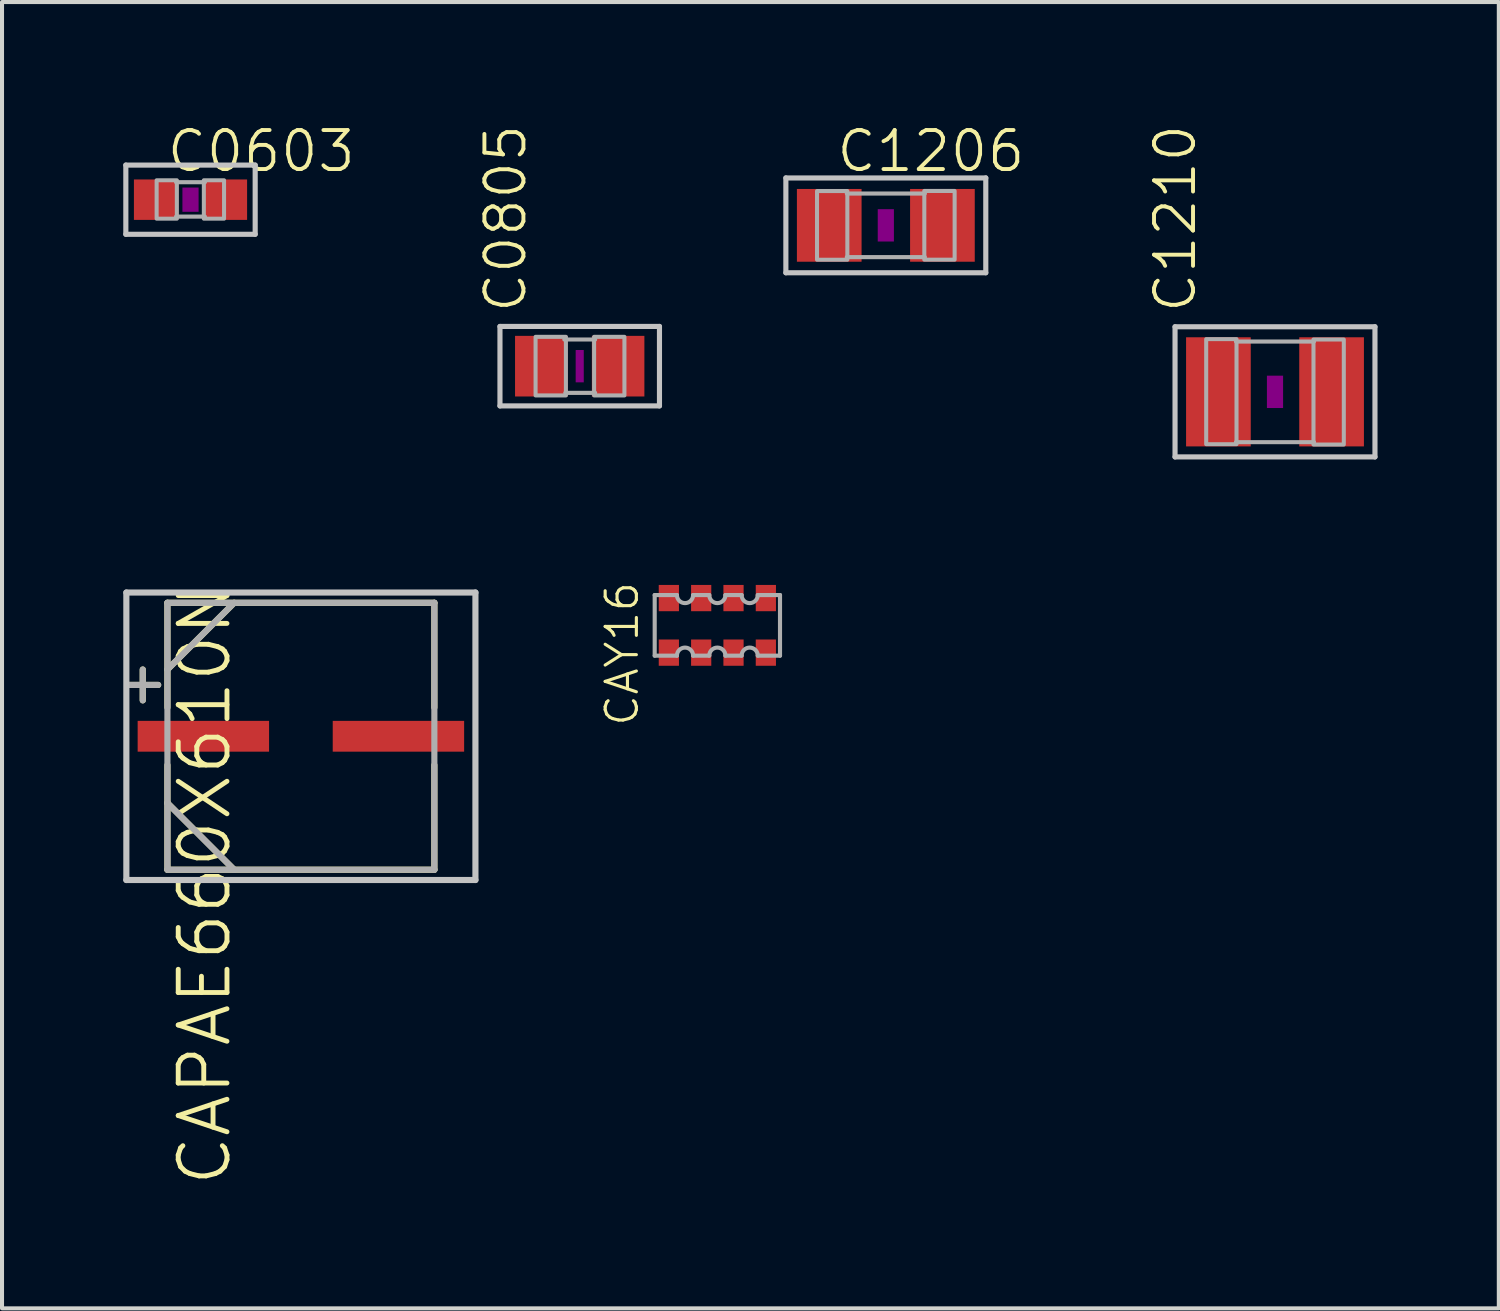
<source format=kicad_pcb>
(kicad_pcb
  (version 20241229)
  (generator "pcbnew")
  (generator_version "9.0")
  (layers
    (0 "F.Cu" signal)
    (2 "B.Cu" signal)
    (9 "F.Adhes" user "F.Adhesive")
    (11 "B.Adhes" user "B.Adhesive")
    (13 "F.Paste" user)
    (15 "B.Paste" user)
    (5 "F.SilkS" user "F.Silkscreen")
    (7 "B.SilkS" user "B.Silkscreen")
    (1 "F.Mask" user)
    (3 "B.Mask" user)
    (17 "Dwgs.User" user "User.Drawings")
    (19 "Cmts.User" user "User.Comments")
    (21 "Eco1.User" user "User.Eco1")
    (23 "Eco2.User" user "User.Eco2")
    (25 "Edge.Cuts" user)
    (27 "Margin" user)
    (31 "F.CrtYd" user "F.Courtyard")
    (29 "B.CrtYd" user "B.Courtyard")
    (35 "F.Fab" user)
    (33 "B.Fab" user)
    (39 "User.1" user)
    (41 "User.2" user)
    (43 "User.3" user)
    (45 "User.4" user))
  (footprint "C1206"
    (layer "F.Cu")
    (at 18.865 2.525)
    (property "Reference" "C1206" (at -1.27 -1.27 0) (layer "F.SilkS") (effects (font (size 0.965 0.965) (thickness 0.097)) (justify left bottom)))
    (attr through_hole)
    (fp_poly (pts (xy -0.2 0.4) (xy 0.2 0.4) (xy 0.2 -0.4) (xy -0.2 -0.4)) (stroke (width 0) (type solid)) (fill yes) (layer "F.Adhes"))
    (fp_line (start -2.473 -1.173) (end 2.473 -1.173) (stroke (width 0.127) (type solid)) (layer "Dwgs.User"))
    (fp_line (start -2.473 1.173) (end -2.473 -1.173) (stroke (width 0.127) (type solid)) (layer "Dwgs.User"))
    (fp_line (start 2.473 -1.173) (end 2.473 1.173) (stroke (width 0.127) (type solid)) (layer "Dwgs.User"))
    (fp_line (start 2.473 1.173) (end -2.473 1.173) (stroke (width 0.127) (type solid)) (layer "Dwgs.User"))
    (fp_line (start -0.965 -0.787) (end 0.965 -0.787) (stroke (width 0.102) (type solid)) (layer "F.Fab"))
    (fp_line (start -0.965 0.787) (end 0.965 0.787) (stroke (width 0.102) (type solid)) (layer "F.Fab"))
    (fp_poly (pts (xy -1.702 0.851) (xy -0.952 0.851) (xy -0.952 -0.849) (xy -1.702 -0.849)) (stroke (width 0.1) (type solid)) (fill no) (layer "F.Fab"))
    (fp_poly (pts (xy 0.952 0.849) (xy 1.702 0.849) (xy 1.702 -0.851) (xy 0.952 -0.851)) (stroke (width 0.1) (type solid)) (fill no) (layer "F.Fab"))
    (pad "1" smd rect (at -1.4 0) (size 1.6 1.8) (layers "F.Cu" "F.Mask" "F.Paste"))
    (pad "2" smd rect (at 1.4 0) (size 1.6 1.8) (layers "F.Cu" "F.Mask" "F.Paste")))
  (footprint "CAY16"
    (layer "F.Cu")
    (at 14.697 12.421)
    (property "Reference" "CAY16" (at -1.905 2.54 270) (layer "F.SilkS") (effects (font (size 0.772 0.772) (thickness 0.077)) (justify left bottom)))
    (attr through_hole)
    (fp_line (start -1.55 -0.75) (end -1 -0.75) (stroke (width 0.102) (type solid)) (layer "F.Fab"))
    (fp_line (start -1.55 0.75) (end -1.55 -0.75) (stroke (width 0.102) (type solid)) (layer "F.Fab"))
    (fp_line (start -1 0.75) (end -1.55 0.75) (stroke (width 0.102) (type solid)) (layer "F.Fab"))
    (fp_line (start -0.6 -0.75) (end -0.2 -0.75) (stroke (width 0.102) (type solid)) (layer "F.Fab"))
    (fp_line (start -0.2 0.75) (end -0.6 0.75) (stroke (width 0.102) (type solid)) (layer "F.Fab"))
    (fp_line (start 0.2 -0.75) (end 0.6 -0.75) (stroke (width 0.102) (type solid)) (layer "F.Fab"))
    (fp_line (start 0.6 0.75) (end 0.2 0.75) (stroke (width 0.102) (type solid)) (layer "F.Fab"))
    (fp_line (start 1 -0.75) (end 1.55 -0.75) (stroke (width 0.102) (type solid)) (layer "F.Fab"))
    (fp_line (start 1.55 -0.75) (end 1.55 0.75) (stroke (width 0.102) (type solid)) (layer "F.Fab"))
    (fp_line (start 1.55 0.75) (end 1 0.75) (stroke (width 0.102) (type solid)) (layer "F.Fab"))
    (fp_arc (start -1 0.75) (mid -0.8 0.55) (end -0.6 0.75) (stroke (width 0.1016) (type solid)) (layer "F.Fab"))
    (fp_arc (start -0.6 -0.75) (mid -0.8 -0.55) (end -1 -0.75) (stroke (width 0.1016) (type solid)) (layer "F.Fab"))
    (fp_arc (start -0.2 0.75) (mid 0 0.55) (end 0.2 0.75) (stroke (width 0.1016) (type solid)) (layer "F.Fab"))
    (fp_arc (start 0.2 -0.75) (mid 0 -0.55) (end -0.2 -0.75) (stroke (width 0.1016) (type solid)) (layer "F.Fab"))
    (fp_arc (start 0.6 0.75) (mid 0.8 0.55) (end 1 0.75) (stroke (width 0.1016) (type solid)) (layer "F.Fab"))
    (fp_arc (start 1 -0.75) (mid 0.8 -0.55) (end 0.6 -0.75) (stroke (width 0.1016) (type solid)) (layer "F.Fab"))
    (pad "1" smd rect (at -1.2 0.675) (size 0.5 0.65) (layers "F.Cu" "F.Mask" "F.Paste"))
    (pad "2" smd rect (at -0.4 0.675) (size 0.5 0.65) (layers "F.Cu" "F.Mask" "F.Paste"))
    (pad "3" smd rect (at 0.4 0.675) (size 0.5 0.65) (layers "F.Cu" "F.Mask" "F.Paste"))
    (pad "4" smd rect (at 1.2 0.675) (size 0.5 0.65) (layers "F.Cu" "F.Mask" "F.Paste"))
    (pad "5" smd rect (at 1.2 -0.675) (size 0.5 0.65) (layers "F.Cu" "F.Mask" "F.Paste"))
    (pad "6" smd rect (at 0.4 -0.675) (size 0.5 0.65) (layers "F.Cu" "F.Mask" "F.Paste"))
    (pad "7" smd rect (at -0.4 -0.675) (size 0.5 0.65) (layers "F.Cu" "F.Mask" "F.Paste"))
    (pad "8" smd rect (at -1.2 -0.675) (size 0.5 0.65) (layers "F.Cu" "F.Mask" "F.Paste")))
  (footprint "CAPAE660X610N"
    (layer "F.Cu")
    (at 4.394 15.165)
    (property "Reference" "CAPAE660X610N" (at -3.086 -3.848 270) (layer "F.SilkS") (effects (font (size 1.206 1.206) (thickness 0.121)) (justify right top)))
    (attr through_hole)
    (fp_line (start -3.912 -1.651) (end -3.912 -0.889) (stroke (width 0.152) (type solid)) (layer "F.SilkS"))
    (fp_line (start -3.531 -1.27) (end -4.293 -1.27) (stroke (width 0.152) (type solid)) (layer "F.SilkS"))
    (fp_line (start -3.302 -3.302) (end -3.302 -0.711) (stroke (width 0.152) (type solid)) (layer "F.SilkS"))
    (fp_line (start -3.302 -1.651) (end -1.651 -3.302) (stroke (width 0.152) (type solid)) (layer "F.SilkS"))
    (fp_line (start -3.302 0.711) (end -3.302 1.651) (stroke (width 0.152) (type solid)) (layer "F.SilkS"))
    (fp_line (start -3.302 1.651) (end -3.302 3.302) (stroke (width 0.152) (type solid)) (layer "F.SilkS"))
    (fp_line (start -3.302 1.651) (end -1.651 3.302) (stroke (width 0.152) (type solid)) (layer "F.SilkS"))
    (fp_line (start -3.302 3.302) (end 3.302 3.302) (stroke (width 0.152) (type solid)) (layer "F.SilkS"))
    (fp_line (start 3.302 -3.302) (end -3.302 -3.302) (stroke (width 0.152) (type solid)) (layer "F.SilkS"))
    (fp_line (start 3.302 -0.711) (end 3.302 -3.302) (stroke (width 0.152) (type solid)) (layer "F.SilkS"))
    (fp_line (start 3.302 3.302) (end 3.302 0.711) (stroke (width 0.152) (type solid)) (layer "F.SilkS"))
    (fp_line (start -4.318 -3.556) (end 4.318 -3.556) (stroke (width 0.152) (type solid)) (layer "Dwgs.User"))
    (fp_line (start -4.318 3.556) (end -4.318 -3.556) (stroke (width 0.152) (type solid)) (layer "Dwgs.User"))
    (fp_line (start 4.318 -3.556) (end 4.318 3.556) (stroke (width 0.152) (type solid)) (layer "Dwgs.User"))
    (fp_line (start 4.318 3.556) (end -4.318 3.556) (stroke (width 0.152) (type solid)) (layer "Dwgs.User"))
    (fp_line (start -3.912 -1.651) (end -3.912 -0.889) (stroke (width 0.152) (type solid)) (layer "F.Fab"))
    (fp_line (start -3.531 -1.27) (end -4.293 -1.27) (stroke (width 0.152) (type solid)) (layer "F.Fab"))
    (fp_line (start -3.302 -3.302) (end -3.302 3.302) (stroke (width 0.152) (type solid)) (layer "F.Fab"))
    (fp_line (start -3.302 -1.651) (end -1.651 -3.302) (stroke (width 0.152) (type solid)) (layer "F.Fab"))
    (fp_line (start -3.302 1.651) (end -1.651 3.302) (stroke (width 0.152) (type solid)) (layer "F.Fab"))
    (fp_line (start -3.302 3.302) (end 3.302 3.302) (stroke (width 0.152) (type solid)) (layer "F.Fab"))
    (fp_line (start 3.302 -3.302) (end -3.302 -3.302) (stroke (width 0.152) (type solid)) (layer "F.Fab"))
    (fp_line (start 3.302 3.302) (end 3.302 -3.302) (stroke (width 0.152) (type solid)) (layer "F.Fab"))
    (pad "1" smd rect (at -2.413 0) (size 3.251 0.762) (layers "F.Cu" "F.Mask" "F.Paste"))
    (pad "2" smd rect (at 2.413 0) (size 3.251 0.762) (layers "F.Cu" "F.Mask" "F.Paste")))
  (footprint "C1210"
    (layer "F.Cu")
    (at 28.493 6.644)
    (property "Reference" "C1210" (at -1.905 -1.905 270) (layer "F.SilkS") (effects (font (size 0.965 0.965) (thickness 0.097)) (justify left bottom)))
    (attr through_hole)
    (fp_poly (pts (xy -0.2 0.4) (xy 0.2 0.4) (xy 0.2 -0.4) (xy -0.2 -0.4)) (stroke (width 0) (type solid)) (fill yes) (layer "F.Adhes"))
    (fp_line (start -2.473 -1.61) (end 2.473 -1.61) (stroke (width 0.127) (type solid)) (layer "Dwgs.User"))
    (fp_line (start -2.473 1.61) (end -2.473 -1.61) (stroke (width 0.127) (type solid)) (layer "Dwgs.User"))
    (fp_line (start 2.473 -1.61) (end 2.473 1.61) (stroke (width 0.127) (type solid)) (layer "Dwgs.User"))
    (fp_line (start 2.473 1.61) (end -2.473 1.61) (stroke (width 0.127) (type solid)) (layer "Dwgs.User"))
    (fp_line (start -0.965 -1.245) (end 0.965 -1.245) (stroke (width 0.102) (type solid)) (layer "F.Fab"))
    (fp_line (start -0.965 1.245) (end 0.965 1.245) (stroke (width 0.102) (type solid)) (layer "F.Fab"))
    (fp_poly (pts (xy -1.702 1.295) (xy -0.952 1.295) (xy -0.952 -1.304) (xy -1.702 -1.304)) (stroke (width 0.1) (type solid)) (fill no) (layer "F.Fab"))
    (fp_poly (pts (xy 0.952 1.304) (xy 1.702 1.304) (xy 1.702 -1.295) (xy 0.952 -1.295)) (stroke (width 0.1) (type solid)) (fill no) (layer "F.Fab"))
    (pad "1" smd rect (at -1.4 0) (size 1.6 2.7) (layers "F.Cu" "F.Mask" "F.Paste"))
    (pad "2" smd rect (at 1.4 0) (size 1.6 2.7) (layers "F.Cu" "F.Mask" "F.Paste")))
  (footprint "C0603"
    (layer "F.Cu")
    (at 1.663 1.89)
    (property "Reference" "C0603" (at -0.635 -0.635 180) (layer "F.SilkS") (effects (font (size 0.965 0.965) (thickness 0.097)) (justify left bottom)))
    (attr through_hole)
    (fp_poly (pts (xy -0.2 0.3) (xy 0.2 0.3) (xy 0.2 -0.3) (xy -0.2 -0.3)) (stroke (width 0) (type solid)) (fill yes) (layer "F.Adhes"))
    (fp_line (start -1.6 -0.856) (end 1.6 -0.856) (stroke (width 0.127) (type solid)) (layer "Dwgs.User"))
    (fp_line (start -1.6 0.856) (end -1.6 -0.856) (stroke (width 0.127) (type solid)) (layer "Dwgs.User"))
    (fp_line (start 1.6 -0.856) (end 1.6 0.856) (stroke (width 0.127) (type solid)) (layer "Dwgs.User"))
    (fp_line (start 1.6 0.856) (end -1.6 0.856) (stroke (width 0.127) (type solid)) (layer "Dwgs.User"))
    (fp_line (start -0.356 -0.432) (end 0.356 -0.432) (stroke (width 0.102) (type solid)) (layer "F.Fab"))
    (fp_line (start -0.356 0.419) (end 0.356 0.419) (stroke (width 0.102) (type solid)) (layer "F.Fab"))
    (fp_poly (pts (xy -0.838 0.47) (xy -0.338 0.47) (xy -0.338 -0.48) (xy -0.838 -0.48)) (stroke (width 0.1) (type solid)) (fill no) (layer "F.Fab"))
    (fp_poly (pts (xy 0.33 0.47) (xy 0.83 0.47) (xy 0.83 -0.48) (xy 0.33 -0.48)) (stroke (width 0.1) (type solid)) (fill no) (layer "F.Fab"))
    (pad "1" smd rect (at -0.85 0) (size 1.1 1) (layers "F.Cu" "F.Mask" "F.Paste"))
    (pad "2" smd rect (at 0.85 0) (size 1.1 1) (layers "F.Cu" "F.Mask" "F.Paste")))
  (footprint "C0805"
    (layer "F.Cu")
    (at 11.292 6.009)
    (property "Reference" "C0805" (at -1.27 -1.27 270) (layer "F.SilkS") (effects (font (size 0.965 0.965) (thickness 0.097)) (justify left bottom)))
    (attr through_hole)
    (fp_poly (pts (xy -0.1 0.4) (xy 0.1 0.4) (xy 0.1 -0.4) (xy -0.1 -0.4)) (stroke (width 0) (type solid)) (fill yes) (layer "F.Adhes"))
    (fp_line (start -1.973 -0.983) (end 1.973 -0.983) (stroke (width 0.127) (type solid)) (layer "Dwgs.User"))
    (fp_line (start -1.973 0.983) (end -1.973 -0.983) (stroke (width 0.127) (type solid)) (layer "Dwgs.User"))
    (fp_line (start 1.973 -0.983) (end 1.973 0.983) (stroke (width 0.127) (type solid)) (layer "Dwgs.User"))
    (fp_line (start 1.973 0.983) (end -1.973 0.983) (stroke (width 0.127) (type solid)) (layer "Dwgs.User"))
    (fp_line (start -0.381 -0.66) (end 0.381 -0.66) (stroke (width 0.102) (type solid)) (layer "F.Fab"))
    (fp_line (start -0.356 0.66) (end 0.381 0.66) (stroke (width 0.102) (type solid)) (layer "F.Fab"))
    (fp_poly (pts (xy -1.092 0.724) (xy -0.342 0.724) (xy -0.342 -0.726) (xy -1.092 -0.726)) (stroke (width 0.1) (type solid)) (fill no) (layer "F.Fab"))
    (fp_poly (pts (xy 0.356 0.724) (xy 1.106 0.724) (xy 1.106 -0.726) (xy 0.356 -0.726)) (stroke (width 0.1) (type solid)) (fill no) (layer "F.Fab"))
    (pad "1" smd rect (at -0.95 0) (size 1.3 1.5) (layers "F.Cu" "F.Mask" "F.Paste"))
    (pad "2" smd rect (at 0.95 0) (size 1.3 1.5) (layers "F.Cu" "F.Mask" "F.Paste")))
  (gr_rect
    (start -3 -3)
    (end 34.03 29.318)
    (stroke (width 0.1) (type default))
    (fill no)
    (layer "Edge.Cuts")))
</source>
